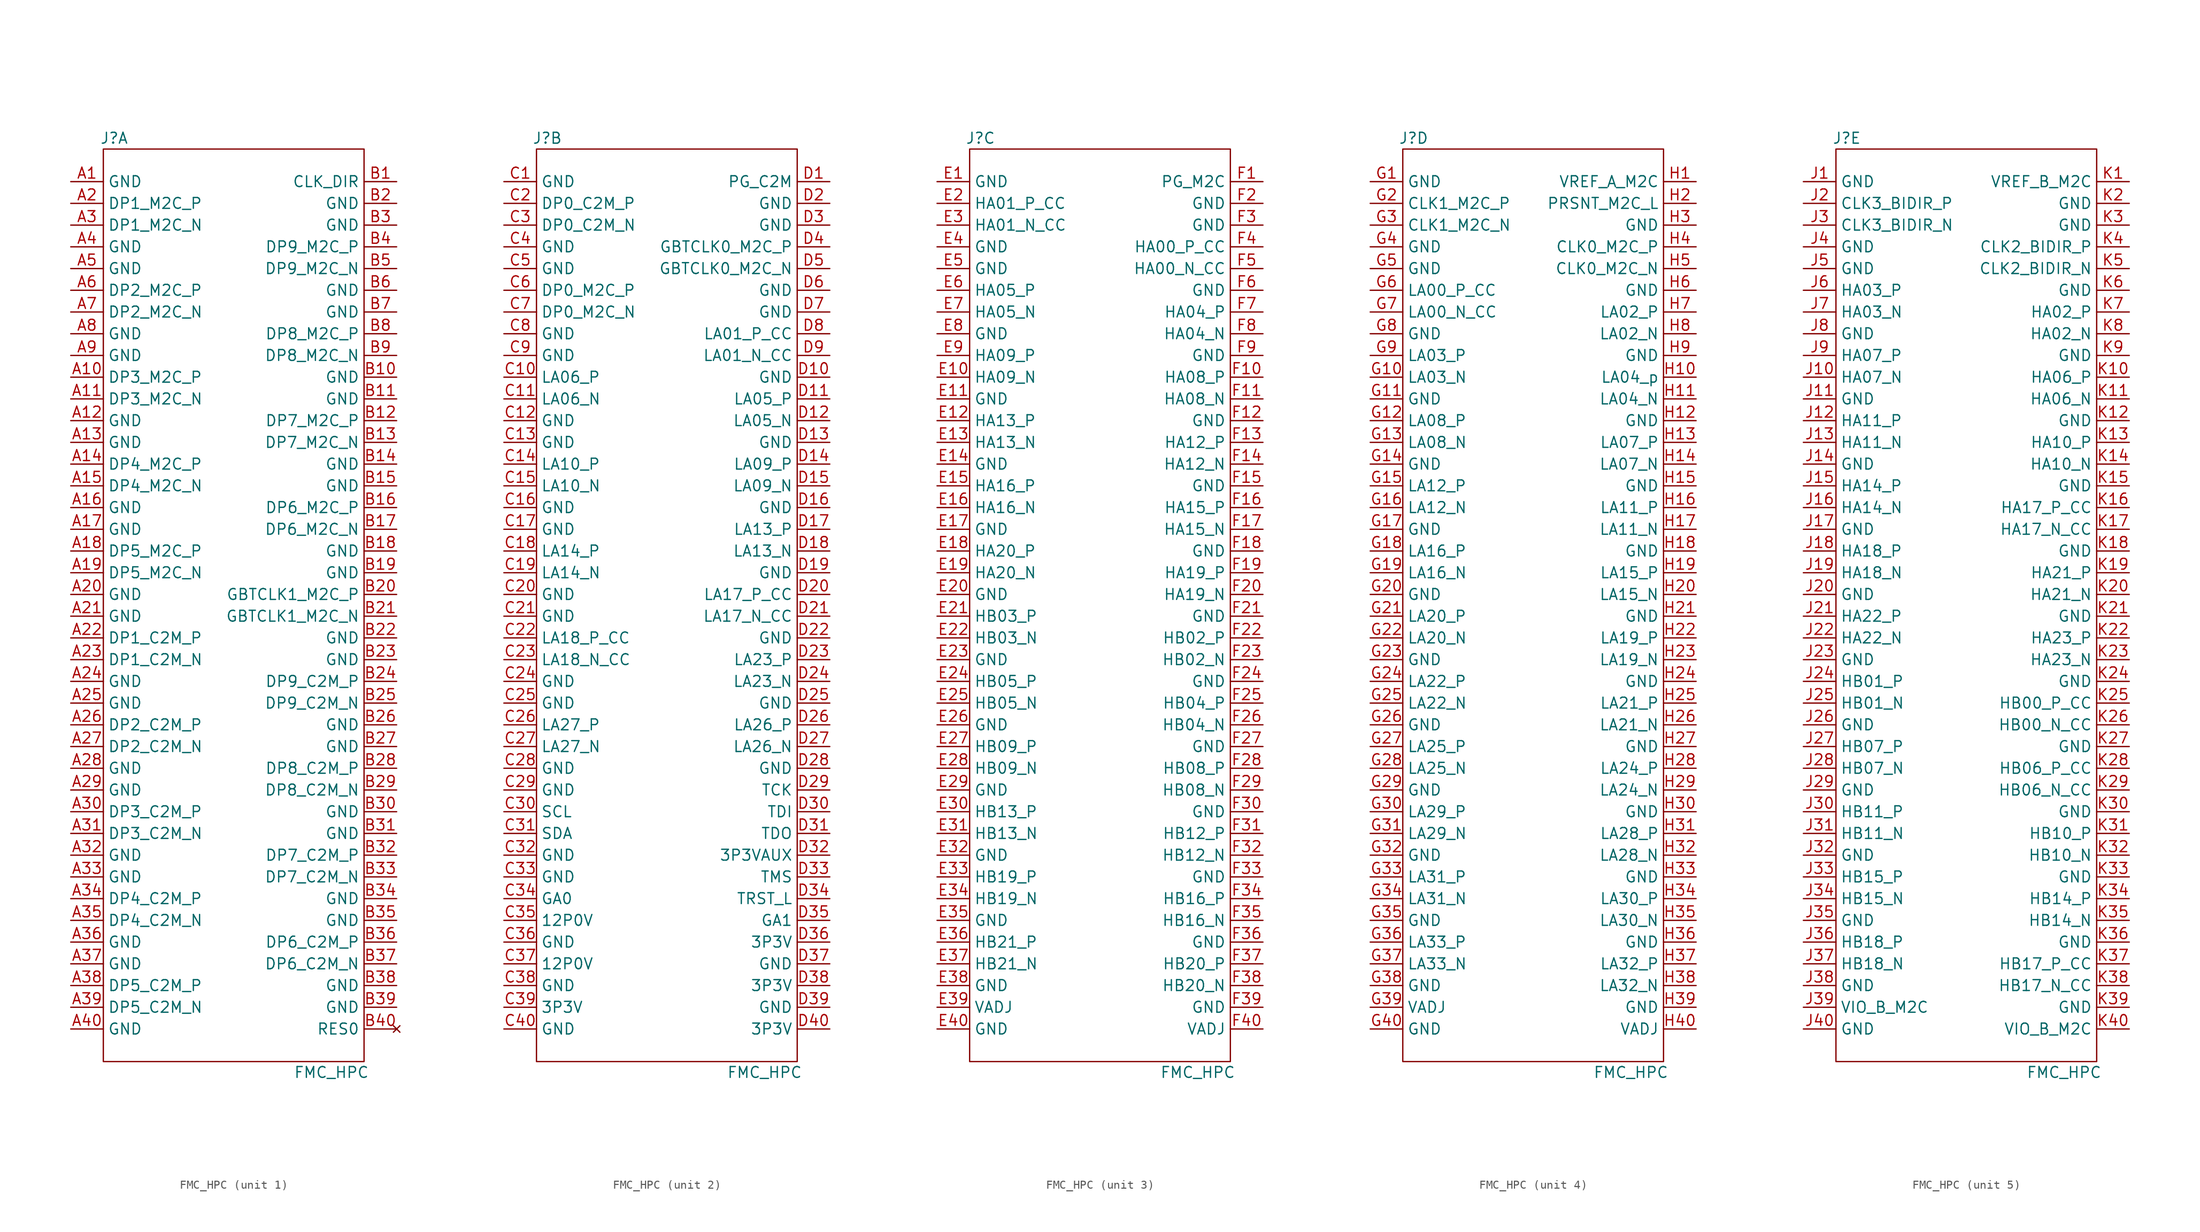
<source format=kicad_sym>
(kicad_symbol_lib
  (version 20211014)
  (generator kicad_symbol_editor)
  (symbol "FMC_HPC"
    (property "Reference" "J"
      (at -13.97 54.61 0)
      (effects (font (size 1.27 1.27))))
    (property "Value" "FMC_HPC"
      (at 11.43 -54.61 0)
      (effects (font (size 1.27 1.27))))
    (property "ki_locked" ""
      (at 0 0 0)
      (effects (font (size 1.27 1.27))))
    (symbol "FMC_HPC_0_1"
      (rectangle (start -15.24 53.34) (end 15.24 -53.34) (stroke (width 0) (type default) (color 0 0 0 0)) (fill (type none))))
    (symbol "FMC_HPC_1_1"
      (pin power_in line (at -19.05 49.53 0) (length 3.81) (name "GND" (effects (font (size 1.27 1.27)))) (number "A1" (effects (font (size 1.27 1.27)))))
      (pin bidirectional line (at -19.05 26.67 0) (length 3.81) (name "DP3_M2C_P" (effects (font (size 1.27 1.27)))) (number "A10" (effects (font (size 1.27 1.27)))))
      (pin bidirectional line (at -19.05 24.13 0) (length 3.81) (name "DP3_M2C_N" (effects (font (size 1.27 1.27)))) (number "A11" (effects (font (size 1.27 1.27)))))
      (pin power_in line (at -19.05 21.59 0) (length 3.81) (name "GND" (effects (font (size 1.27 1.27)))) (number "A12" (effects (font (size 1.27 1.27)))))
      (pin power_in line (at -19.05 19.05 0) (length 3.81) (name "GND" (effects (font (size 1.27 1.27)))) (number "A13" (effects (font (size 1.27 1.27)))))
      (pin bidirectional line (at -19.05 16.51 0) (length 3.81) (name "DP4_M2C_P" (effects (font (size 1.27 1.27)))) (number "A14" (effects (font (size 1.27 1.27)))))
      (pin bidirectional line (at -19.05 13.97 0) (length 3.81) (name "DP4_M2C_N" (effects (font (size 1.27 1.27)))) (number "A15" (effects (font (size 1.27 1.27)))))
      (pin power_in line (at -19.05 11.43 0) (length 3.81) (name "GND" (effects (font (size 1.27 1.27)))) (number "A16" (effects (font (size 1.27 1.27)))))
      (pin power_in line (at -19.05 8.89 0) (length 3.81) (name "GND" (effects (font (size 1.27 1.27)))) (number "A17" (effects (font (size 1.27 1.27)))))
      (pin bidirectional line (at -19.05 6.35 0) (length 3.81) (name "DP5_M2C_P" (effects (font (size 1.27 1.27)))) (number "A18" (effects (font (size 1.27 1.27)))))
      (pin bidirectional line (at -19.05 3.81 0) (length 3.81) (name "DP5_M2C_N" (effects (font (size 1.27 1.27)))) (number "A19" (effects (font (size 1.27 1.27)))))
      (pin input line (at -19.05 46.99 0) (length 3.81) (name "DP1_M2C_P" (effects (font (size 1.27 1.27)))) (number "A2" (effects (font (size 1.27 1.27)))))
      (pin power_in line (at -19.05 1.27 0) (length 3.81) (name "GND" (effects (font (size 1.27 1.27)))) (number "A20" (effects (font (size 1.27 1.27)))))
      (pin power_in line (at -19.05 -1.27 0) (length 3.81) (name "GND" (effects (font (size 1.27 1.27)))) (number "A21" (effects (font (size 1.27 1.27)))))
      (pin bidirectional line (at -19.05 -3.81 0) (length 3.81) (name "DP1_C2M_P" (effects (font (size 1.27 1.27)))) (number "A22" (effects (font (size 1.27 1.27)))))
      (pin bidirectional line (at -19.05 -6.35 0) (length 3.81) (name "DP1_C2M_N" (effects (font (size 1.27 1.27)))) (number "A23" (effects (font (size 1.27 1.27)))))
      (pin power_in line (at -19.05 -8.89 0) (length 3.81) (name "GND" (effects (font (size 1.27 1.27)))) (number "A24" (effects (font (size 1.27 1.27)))))
      (pin power_in line (at -19.05 -11.43 0) (length 3.81) (name "GND" (effects (font (size 1.27 1.27)))) (number "A25" (effects (font (size 1.27 1.27)))))
      (pin bidirectional line (at -19.05 -13.97 0) (length 3.81) (name "DP2_C2M_P" (effects (font (size 1.27 1.27)))) (number "A26" (effects (font (size 1.27 1.27)))))
      (pin bidirectional line (at -19.05 -16.51 0) (length 3.81) (name "DP2_C2M_N" (effects (font (size 1.27 1.27)))) (number "A27" (effects (font (size 1.27 1.27)))))
      (pin power_in line (at -19.05 -19.05 0) (length 3.81) (name "GND" (effects (font (size 1.27 1.27)))) (number "A28" (effects (font (size 1.27 1.27)))))
      (pin power_in line (at -19.05 -21.59 0) (length 3.81) (name "GND" (effects (font (size 1.27 1.27)))) (number "A29" (effects (font (size 1.27 1.27)))))
      (pin input line (at -19.05 44.45 0) (length 3.81) (name "DP1_M2C_N" (effects (font (size 1.27 1.27)))) (number "A3" (effects (font (size 1.27 1.27)))))
      (pin input line (at -19.05 -24.13 0) (length 3.81) (name "DP3_C2M_P" (effects (font (size 1.27 1.27)))) (number "A30" (effects (font (size 1.27 1.27)))))
      (pin input line (at -19.05 -26.67 0) (length 3.81) (name "DP3_C2M_N" (effects (font (size 1.27 1.27)))) (number "A31" (effects (font (size 1.27 1.27)))))
      (pin power_in line (at -19.05 -29.21 0) (length 3.81) (name "GND" (effects (font (size 1.27 1.27)))) (number "A32" (effects (font (size 1.27 1.27)))))
      (pin power_in line (at -19.05 -31.75 0) (length 3.81) (name "GND" (effects (font (size 1.27 1.27)))) (number "A33" (effects (font (size 1.27 1.27)))))
      (pin input line (at -19.05 -34.29 0) (length 3.81) (name "DP4_C2M_P" (effects (font (size 1.27 1.27)))) (number "A34" (effects (font (size 1.27 1.27)))))
      (pin input line (at -19.05 -36.83 0) (length 3.81) (name "DP4_C2M_N" (effects (font (size 1.27 1.27)))) (number "A35" (effects (font (size 1.27 1.27)))))
      (pin power_in line (at -19.05 -39.37 0) (length 3.81) (name "GND" (effects (font (size 1.27 1.27)))) (number "A36" (effects (font (size 1.27 1.27)))))
      (pin power_in line (at -19.05 -41.91 0) (length 3.81) (name "GND" (effects (font (size 1.27 1.27)))) (number "A37" (effects (font (size 1.27 1.27)))))
      (pin input line (at -19.05 -44.45 0) (length 3.81) (name "DP5_C2M_P" (effects (font (size 1.27 1.27)))) (number "A38" (effects (font (size 1.27 1.27)))))
      (pin input line (at -19.05 -46.99 0) (length 3.81) (name "DP5_C2M_N" (effects (font (size 1.27 1.27)))) (number "A39" (effects (font (size 1.27 1.27)))))
      (pin power_in line (at -19.05 41.91 0) (length 3.81) (name "GND" (effects (font (size 1.27 1.27)))) (number "A4" (effects (font (size 1.27 1.27)))))
      (pin power_in line (at -19.05 -49.53 0) (length 3.81) (name "GND" (effects (font (size 1.27 1.27)))) (number "A40" (effects (font (size 1.27 1.27)))))
      (pin power_in line (at -19.05 39.37 0) (length 3.81) (name "GND" (effects (font (size 1.27 1.27)))) (number "A5" (effects (font (size 1.27 1.27)))))
      (pin input line (at -19.05 36.83 0) (length 3.81) (name "DP2_M2C_P" (effects (font (size 1.27 1.27)))) (number "A6" (effects (font (size 1.27 1.27)))))
      (pin input line (at -19.05 34.29 0) (length 3.81) (name "DP2_M2C_N" (effects (font (size 1.27 1.27)))) (number "A7" (effects (font (size 1.27 1.27)))))
      (pin power_in line (at -19.05 31.75 0) (length 3.81) (name "GND" (effects (font (size 1.27 1.27)))) (number "A8" (effects (font (size 1.27 1.27)))))
      (pin power_in line (at -19.05 29.21 0) (length 3.81) (name "GND" (effects (font (size 1.27 1.27)))) (number "A9" (effects (font (size 1.27 1.27)))))
      (pin input line (at 19.05 49.53 180) (length 3.81) (name "CLK_DIR" (effects (font (size 1.27 1.27)))) (number "B1" (effects (font (size 1.27 1.27)))))
      (pin power_in line (at 19.05 26.67 180) (length 3.81) (name "GND" (effects (font (size 1.27 1.27)))) (number "B10" (effects (font (size 1.27 1.27)))))
      (pin power_in line (at 19.05 24.13 180) (length 3.81) (name "GND" (effects (font (size 1.27 1.27)))) (number "B11" (effects (font (size 1.27 1.27)))))
      (pin bidirectional line (at 19.05 21.59 180) (length 3.81) (name "DP7_M2C_P" (effects (font (size 1.27 1.27)))) (number "B12" (effects (font (size 1.27 1.27)))))
      (pin power_in line (at 19.05 19.05 180) (length 3.81) (name "DP7_M2C_N" (effects (font (size 1.27 1.27)))) (number "B13" (effects (font (size 1.27 1.27)))))
      (pin power_in line (at 19.05 16.51 180) (length 3.81) (name "GND" (effects (font (size 1.27 1.27)))) (number "B14" (effects (font (size 1.27 1.27)))))
      (pin power_in line (at 19.05 13.97 180) (length 3.81) (name "GND" (effects (font (size 1.27 1.27)))) (number "B15" (effects (font (size 1.27 1.27)))))
      (pin power_in line (at 19.05 11.43 180) (length 3.81) (name "DP6_M2C_P" (effects (font (size 1.27 1.27)))) (number "B16" (effects (font (size 1.27 1.27)))))
      (pin bidirectional line (at 19.05 8.89 180) (length 3.81) (name "DP6_M2C_N" (effects (font (size 1.27 1.27)))) (number "B17" (effects (font (size 1.27 1.27)))))
      (pin power_in line (at 19.05 6.35 180) (length 3.81) (name "GND" (effects (font (size 1.27 1.27)))) (number "B18" (effects (font (size 1.27 1.27)))))
      (pin power_in line (at 19.05 3.81 180) (length 3.81) (name "GND" (effects (font (size 1.27 1.27)))) (number "B19" (effects (font (size 1.27 1.27)))))
      (pin power_in line (at 19.05 46.99 180) (length 3.81) (name "GND" (effects (font (size 1.27 1.27)))) (number "B2" (effects (font (size 1.27 1.27)))))
      (pin bidirectional line (at 19.05 1.27 180) (length 3.81) (name "GBTCLK1_M2C_P" (effects (font (size 1.27 1.27)))) (number "B20" (effects (font (size 1.27 1.27)))))
      (pin bidirectional line (at 19.05 -1.27 180) (length 3.81) (name "GBTCLK1_M2C_N" (effects (font (size 1.27 1.27)))) (number "B21" (effects (font (size 1.27 1.27)))))
      (pin power_in line (at 19.05 -3.81 180) (length 3.81) (name "GND" (effects (font (size 1.27 1.27)))) (number "B22" (effects (font (size 1.27 1.27)))))
      (pin power_in line (at 19.05 -6.35 180) (length 3.81) (name "GND" (effects (font (size 1.27 1.27)))) (number "B23" (effects (font (size 1.27 1.27)))))
      (pin bidirectional line (at 19.05 -8.89 180) (length 3.81) (name "DP9_C2M_P" (effects (font (size 1.27 1.27)))) (number "B24" (effects (font (size 1.27 1.27)))))
      (pin power_in line (at 19.05 -11.43 180) (length 3.81) (name "DP9_C2M_N" (effects (font (size 1.27 1.27)))) (number "B25" (effects (font (size 1.27 1.27)))))
      (pin power_in line (at 19.05 -13.97 180) (length 3.81) (name "GND" (effects (font (size 1.27 1.27)))) (number "B26" (effects (font (size 1.27 1.27)))))
      (pin power_in line (at 19.05 -16.51 180) (length 3.81) (name "GND" (effects (font (size 1.27 1.27)))) (number "B27" (effects (font (size 1.27 1.27)))))
      (pin power_in line (at 19.05 -19.05 180) (length 3.81) (name "DP8_C2M_P" (effects (font (size 1.27 1.27)))) (number "B28" (effects (font (size 1.27 1.27)))))
      (pin input line (at 19.05 -21.59 180) (length 3.81) (name "DP8_C2M_N" (effects (font (size 1.27 1.27)))) (number "B29" (effects (font (size 1.27 1.27)))))
      (pin power_in line (at 19.05 44.45 180) (length 3.81) (name "GND" (effects (font (size 1.27 1.27)))) (number "B3" (effects (font (size 1.27 1.27)))))
      (pin power_in line (at 19.05 -24.13 180) (length 3.81) (name "GND" (effects (font (size 1.27 1.27)))) (number "B30" (effects (font (size 1.27 1.27)))))
      (pin power_in line (at 19.05 -26.67 180) (length 3.81) (name "GND" (effects (font (size 1.27 1.27)))) (number "B31" (effects (font (size 1.27 1.27)))))
      (pin power_in line (at 19.05 -29.21 180) (length 3.81) (name "DP7_C2M_P" (effects (font (size 1.27 1.27)))) (number "B32" (effects (font (size 1.27 1.27)))))
      (pin input line (at 19.05 -31.75 180) (length 3.81) (name "DP7_C2M_N" (effects (font (size 1.27 1.27)))) (number "B33" (effects (font (size 1.27 1.27)))))
      (pin power_in line (at 19.05 -34.29 180) (length 3.81) (name "GND" (effects (font (size 1.27 1.27)))) (number "B34" (effects (font (size 1.27 1.27)))))
      (pin power_in line (at 19.05 -36.83 180) (length 3.81) (name "GND" (effects (font (size 1.27 1.27)))) (number "B35" (effects (font (size 1.27 1.27)))))
      (pin power_in line (at 19.05 -39.37 180) (length 3.81) (name "DP6_C2M_P" (effects (font (size 1.27 1.27)))) (number "B36" (effects (font (size 1.27 1.27)))))
      (pin power_in line (at 19.05 -41.91 180) (length 3.81) (name "DP6_C2M_N" (effects (font (size 1.27 1.27)))) (number "B37" (effects (font (size 1.27 1.27)))))
      (pin power_in line (at 19.05 -44.45 180) (length 3.81) (name "GND" (effects (font (size 1.27 1.27)))) (number "B38" (effects (font (size 1.27 1.27)))))
      (pin power_in line (at 19.05 -46.99 180) (length 3.81) (name "GND" (effects (font (size 1.27 1.27)))) (number "B39" (effects (font (size 1.27 1.27)))))
      (pin input line (at 19.05 41.91 180) (length 3.81) (name "DP9_M2C_P" (effects (font (size 1.27 1.27)))) (number "B4" (effects (font (size 1.27 1.27)))))
      (pin no_connect line (at 19.05 -49.53 180) (length 3.81) (name "RES0" (effects (font (size 1.27 1.27)))) (number "B40" (effects (font (size 1.27 1.27)))))
      (pin input line (at 19.05 39.37 180) (length 3.81) (name "DP9_M2C_N" (effects (font (size 1.27 1.27)))) (number "B5" (effects (font (size 1.27 1.27)))))
      (pin power_in line (at 19.05 36.83 180) (length 3.81) (name "GND" (effects (font (size 1.27 1.27)))) (number "B6" (effects (font (size 1.27 1.27)))))
      (pin power_in line (at 19.05 34.29 180) (length 3.81) (name "GND" (effects (font (size 1.27 1.27)))) (number "B7" (effects (font (size 1.27 1.27)))))
      (pin bidirectional line (at 19.05 31.75 180) (length 3.81) (name "DP8_M2C_P" (effects (font (size 1.27 1.27)))) (number "B8" (effects (font (size 1.27 1.27)))))
      (pin bidirectional line (at 19.05 29.21 180) (length 3.81) (name "DP8_M2C_N" (effects (font (size 1.27 1.27)))) (number "B9" (effects (font (size 1.27 1.27))))))
    (symbol "FMC_HPC_2_1"
      (pin power_in line (at -19.05 49.53 0) (length 3.81) (name "GND" (effects (font (size 1.27 1.27)))) (number "C1" (effects (font (size 1.27 1.27)))))
      (pin bidirectional line (at -19.05 26.67 0) (length 3.81) (name "LA06_P" (effects (font (size 1.27 1.27)))) (number "C10" (effects (font (size 1.27 1.27)))))
      (pin bidirectional line (at -19.05 24.13 0) (length 3.81) (name "LA06_N" (effects (font (size 1.27 1.27)))) (number "C11" (effects (font (size 1.27 1.27)))))
      (pin power_in line (at -19.05 21.59 0) (length 3.81) (name "GND" (effects (font (size 1.27 1.27)))) (number "C12" (effects (font (size 1.27 1.27)))))
      (pin power_in line (at -19.05 19.05 0) (length 3.81) (name "GND" (effects (font (size 1.27 1.27)))) (number "C13" (effects (font (size 1.27 1.27)))))
      (pin bidirectional line (at -19.05 16.51 0) (length 3.81) (name "LA10_P" (effects (font (size 1.27 1.27)))) (number "C14" (effects (font (size 1.27 1.27)))))
      (pin bidirectional line (at -19.05 13.97 0) (length 3.81) (name "LA10_N" (effects (font (size 1.27 1.27)))) (number "C15" (effects (font (size 1.27 1.27)))))
      (pin power_in line (at -19.05 11.43 0) (length 3.81) (name "GND" (effects (font (size 1.27 1.27)))) (number "C16" (effects (font (size 1.27 1.27)))))
      (pin power_in line (at -19.05 8.89 0) (length 3.81) (name "GND" (effects (font (size 1.27 1.27)))) (number "C17" (effects (font (size 1.27 1.27)))))
      (pin bidirectional line (at -19.05 6.35 0) (length 3.81) (name "LA14_P" (effects (font (size 1.27 1.27)))) (number "C18" (effects (font (size 1.27 1.27)))))
      (pin bidirectional line (at -19.05 3.81 0) (length 3.81) (name "LA14_N" (effects (font (size 1.27 1.27)))) (number "C19" (effects (font (size 1.27 1.27)))))
      (pin input line (at -19.05 46.99 0) (length 3.81) (name "DP0_C2M_P" (effects (font (size 1.27 1.27)))) (number "C2" (effects (font (size 1.27 1.27)))))
      (pin power_in line (at -19.05 1.27 0) (length 3.81) (name "GND" (effects (font (size 1.27 1.27)))) (number "C20" (effects (font (size 1.27 1.27)))))
      (pin power_in line (at -19.05 -1.27 0) (length 3.81) (name "GND" (effects (font (size 1.27 1.27)))) (number "C21" (effects (font (size 1.27 1.27)))))
      (pin bidirectional line (at -19.05 -3.81 0) (length 3.81) (name "LA18_P_CC" (effects (font (size 1.27 1.27)))) (number "C22" (effects (font (size 1.27 1.27)))))
      (pin bidirectional line (at -19.05 -6.35 0) (length 3.81) (name "LA18_N_CC" (effects (font (size 1.27 1.27)))) (number "C23" (effects (font (size 1.27 1.27)))))
      (pin power_in line (at -19.05 -8.89 0) (length 3.81) (name "GND" (effects (font (size 1.27 1.27)))) (number "C24" (effects (font (size 1.27 1.27)))))
      (pin power_in line (at -19.05 -11.43 0) (length 3.81) (name "GND" (effects (font (size 1.27 1.27)))) (number "C25" (effects (font (size 1.27 1.27)))))
      (pin bidirectional line (at -19.05 -13.97 0) (length 3.81) (name "LA27_P" (effects (font (size 1.27 1.27)))) (number "C26" (effects (font (size 1.27 1.27)))))
      (pin bidirectional line (at -19.05 -16.51 0) (length 3.81) (name "LA27_N" (effects (font (size 1.27 1.27)))) (number "C27" (effects (font (size 1.27 1.27)))))
      (pin power_in line (at -19.05 -19.05 0) (length 3.81) (name "GND" (effects (font (size 1.27 1.27)))) (number "C28" (effects (font (size 1.27 1.27)))))
      (pin power_in line (at -19.05 -21.59 0) (length 3.81) (name "GND" (effects (font (size 1.27 1.27)))) (number "C29" (effects (font (size 1.27 1.27)))))
      (pin input line (at -19.05 44.45 0) (length 3.81) (name "DP0_C2M_N" (effects (font (size 1.27 1.27)))) (number "C3" (effects (font (size 1.27 1.27)))))
      (pin input line (at -19.05 -24.13 0) (length 3.81) (name "SCL" (effects (font (size 1.27 1.27)))) (number "C30" (effects (font (size 1.27 1.27)))))
      (pin input line (at -19.05 -26.67 0) (length 3.81) (name "SDA" (effects (font (size 1.27 1.27)))) (number "C31" (effects (font (size 1.27 1.27)))))
      (pin power_in line (at -19.05 -29.21 0) (length 3.81) (name "GND" (effects (font (size 1.27 1.27)))) (number "C32" (effects (font (size 1.27 1.27)))))
      (pin power_in line (at -19.05 -31.75 0) (length 3.81) (name "GND" (effects (font (size 1.27 1.27)))) (number "C33" (effects (font (size 1.27 1.27)))))
      (pin input line (at -19.05 -34.29 0) (length 3.81) (name "GA0" (effects (font (size 1.27 1.27)))) (number "C34" (effects (font (size 1.27 1.27)))))
      (pin power_in line (at -19.05 -36.83 0) (length 3.81) (name "12P0V" (effects (font (size 1.27 1.27)))) (number "C35" (effects (font (size 1.27 1.27)))))
      (pin power_in line (at -19.05 -39.37 0) (length 3.81) (name "GND" (effects (font (size 1.27 1.27)))) (number "C36" (effects (font (size 1.27 1.27)))))
      (pin power_in line (at -19.05 -41.91 0) (length 3.81) (name "12P0V" (effects (font (size 1.27 1.27)))) (number "C37" (effects (font (size 1.27 1.27)))))
      (pin power_in line (at -19.05 -44.45 0) (length 3.81) (name "GND" (effects (font (size 1.27 1.27)))) (number "C38" (effects (font (size 1.27 1.27)))))
      (pin power_in line (at -19.05 -46.99 0) (length 3.81) (name "3P3V" (effects (font (size 1.27 1.27)))) (number "C39" (effects (font (size 1.27 1.27)))))
      (pin power_in line (at -19.05 41.91 0) (length 3.81) (name "GND" (effects (font (size 1.27 1.27)))) (number "C4" (effects (font (size 1.27 1.27)))))
      (pin power_in line (at -19.05 -49.53 0) (length 3.81) (name "GND" (effects (font (size 1.27 1.27)))) (number "C40" (effects (font (size 1.27 1.27)))))
      (pin power_in line (at -19.05 39.37 0) (length 3.81) (name "GND" (effects (font (size 1.27 1.27)))) (number "C5" (effects (font (size 1.27 1.27)))))
      (pin input line (at -19.05 36.83 0) (length 3.81) (name "DP0_M2C_P" (effects (font (size 1.27 1.27)))) (number "C6" (effects (font (size 1.27 1.27)))))
      (pin input line (at -19.05 34.29 0) (length 3.81) (name "DP0_M2C_N" (effects (font (size 1.27 1.27)))) (number "C7" (effects (font (size 1.27 1.27)))))
      (pin power_in line (at -19.05 31.75 0) (length 3.81) (name "GND" (effects (font (size 1.27 1.27)))) (number "C8" (effects (font (size 1.27 1.27)))))
      (pin power_in line (at -19.05 29.21 0) (length 3.81) (name "GND" (effects (font (size 1.27 1.27)))) (number "C9" (effects (font (size 1.27 1.27)))))
      (pin input line (at 19.05 49.53 180) (length 3.81) (name "PG_C2M" (effects (font (size 1.27 1.27)))) (number "D1" (effects (font (size 1.27 1.27)))))
      (pin power_in line (at 19.05 26.67 180) (length 3.81) (name "GND" (effects (font (size 1.27 1.27)))) (number "D10" (effects (font (size 1.27 1.27)))))
      (pin bidirectional line (at 19.05 24.13 180) (length 3.81) (name "LA05_P" (effects (font (size 1.27 1.27)))) (number "D11" (effects (font (size 1.27 1.27)))))
      (pin bidirectional line (at 19.05 21.59 180) (length 3.81) (name "LA05_N" (effects (font (size 1.27 1.27)))) (number "D12" (effects (font (size 1.27 1.27)))))
      (pin power_in line (at 19.05 19.05 180) (length 3.81) (name "GND" (effects (font (size 1.27 1.27)))) (number "D13" (effects (font (size 1.27 1.27)))))
      (pin bidirectional line (at 19.05 16.51 180) (length 3.81) (name "LA09_P" (effects (font (size 1.27 1.27)))) (number "D14" (effects (font (size 1.27 1.27)))))
      (pin bidirectional line (at 19.05 13.97 180) (length 3.81) (name "LA09_N" (effects (font (size 1.27 1.27)))) (number "D15" (effects (font (size 1.27 1.27)))))
      (pin power_in line (at 19.05 11.43 180) (length 3.81) (name "GND" (effects (font (size 1.27 1.27)))) (number "D16" (effects (font (size 1.27 1.27)))))
      (pin bidirectional line (at 19.05 8.89 180) (length 3.81) (name "LA13_P" (effects (font (size 1.27 1.27)))) (number "D17" (effects (font (size 1.27 1.27)))))
      (pin bidirectional line (at 19.05 6.35 180) (length 3.81) (name "LA13_N" (effects (font (size 1.27 1.27)))) (number "D18" (effects (font (size 1.27 1.27)))))
      (pin power_in line (at 19.05 3.81 180) (length 3.81) (name "GND" (effects (font (size 1.27 1.27)))) (number "D19" (effects (font (size 1.27 1.27)))))
      (pin power_in line (at 19.05 46.99 180) (length 3.81) (name "GND" (effects (font (size 1.27 1.27)))) (number "D2" (effects (font (size 1.27 1.27)))))
      (pin bidirectional line (at 19.05 1.27 180) (length 3.81) (name "LA17_P_CC" (effects (font (size 1.27 1.27)))) (number "D20" (effects (font (size 1.27 1.27)))))
      (pin bidirectional line (at 19.05 -1.27 180) (length 3.81) (name "LA17_N_CC" (effects (font (size 1.27 1.27)))) (number "D21" (effects (font (size 1.27 1.27)))))
      (pin power_in line (at 19.05 -3.81 180) (length 3.81) (name "GND" (effects (font (size 1.27 1.27)))) (number "D22" (effects (font (size 1.27 1.27)))))
      (pin bidirectional line (at 19.05 -6.35 180) (length 3.81) (name "LA23_P" (effects (font (size 1.27 1.27)))) (number "D23" (effects (font (size 1.27 1.27)))))
      (pin bidirectional line (at 19.05 -8.89 180) (length 3.81) (name "LA23_N" (effects (font (size 1.27 1.27)))) (number "D24" (effects (font (size 1.27 1.27)))))
      (pin power_in line (at 19.05 -11.43 180) (length 3.81) (name "GND" (effects (font (size 1.27 1.27)))) (number "D25" (effects (font (size 1.27 1.27)))))
      (pin bidirectional line (at 19.05 -13.97 180) (length 3.81) (name "LA26_P" (effects (font (size 1.27 1.27)))) (number "D26" (effects (font (size 1.27 1.27)))))
      (pin bidirectional line (at 19.05 -16.51 180) (length 3.81) (name "LA26_N" (effects (font (size 1.27 1.27)))) (number "D27" (effects (font (size 1.27 1.27)))))
      (pin power_in line (at 19.05 -19.05 180) (length 3.81) (name "GND" (effects (font (size 1.27 1.27)))) (number "D28" (effects (font (size 1.27 1.27)))))
      (pin input line (at 19.05 -21.59 180) (length 3.81) (name "TCK" (effects (font (size 1.27 1.27)))) (number "D29" (effects (font (size 1.27 1.27)))))
      (pin power_in line (at 19.05 44.45 180) (length 3.81) (name "GND" (effects (font (size 1.27 1.27)))) (number "D3" (effects (font (size 1.27 1.27)))))
      (pin input line (at 19.05 -24.13 180) (length 3.81) (name "TDI" (effects (font (size 1.27 1.27)))) (number "D30" (effects (font (size 1.27 1.27)))))
      (pin input line (at 19.05 -26.67 180) (length 3.81) (name "TDO" (effects (font (size 1.27 1.27)))) (number "D31" (effects (font (size 1.27 1.27)))))
      (pin power_in line (at 19.05 -29.21 180) (length 3.81) (name "3P3VAUX" (effects (font (size 1.27 1.27)))) (number "D32" (effects (font (size 1.27 1.27)))))
      (pin input line (at 19.05 -31.75 180) (length 3.81) (name "TMS" (effects (font (size 1.27 1.27)))) (number "D33" (effects (font (size 1.27 1.27)))))
      (pin input line (at 19.05 -34.29 180) (length 3.81) (name "TRST_L" (effects (font (size 1.27 1.27)))) (number "D34" (effects (font (size 1.27 1.27)))))
      (pin input line (at 19.05 -36.83 180) (length 3.81) (name "GA1" (effects (font (size 1.27 1.27)))) (number "D35" (effects (font (size 1.27 1.27)))))
      (pin power_in line (at 19.05 -39.37 180) (length 3.81) (name "3P3V" (effects (font (size 1.27 1.27)))) (number "D36" (effects (font (size 1.27 1.27)))))
      (pin power_in line (at 19.05 -41.91 180) (length 3.81) (name "GND" (effects (font (size 1.27 1.27)))) (number "D37" (effects (font (size 1.27 1.27)))))
      (pin power_in line (at 19.05 -44.45 180) (length 3.81) (name "3P3V" (effects (font (size 1.27 1.27)))) (number "D38" (effects (font (size 1.27 1.27)))))
      (pin power_in line (at 19.05 -46.99 180) (length 3.81) (name "GND" (effects (font (size 1.27 1.27)))) (number "D39" (effects (font (size 1.27 1.27)))))
      (pin input line (at 19.05 41.91 180) (length 3.81) (name "GBTCLK0_M2C_P" (effects (font (size 1.27 1.27)))) (number "D4" (effects (font (size 1.27 1.27)))))
      (pin power_in line (at 19.05 -49.53 180) (length 3.81) (name "3P3V" (effects (font (size 1.27 1.27)))) (number "D40" (effects (font (size 1.27 1.27)))))
      (pin input line (at 19.05 39.37 180) (length 3.81) (name "GBTCLK0_M2C_N" (effects (font (size 1.27 1.27)))) (number "D5" (effects (font (size 1.27 1.27)))))
      (pin power_in line (at 19.05 36.83 180) (length 3.81) (name "GND" (effects (font (size 1.27 1.27)))) (number "D6" (effects (font (size 1.27 1.27)))))
      (pin power_in line (at 19.05 34.29 180) (length 3.81) (name "GND" (effects (font (size 1.27 1.27)))) (number "D7" (effects (font (size 1.27 1.27)))))
      (pin bidirectional line (at 19.05 31.75 180) (length 3.81) (name "LA01_P_CC" (effects (font (size 1.27 1.27)))) (number "D8" (effects (font (size 1.27 1.27)))))
      (pin bidirectional line (at 19.05 29.21 180) (length 3.81) (name "LA01_N_CC" (effects (font (size 1.27 1.27)))) (number "D9" (effects (font (size 1.27 1.27))))))
    (symbol "FMC_HPC_3_1"
      (pin power_in line (at -19.05 49.53 0) (length 3.81) (name "GND" (effects (font (size 1.27 1.27)))) (number "E1" (effects (font (size 1.27 1.27)))))
      (pin bidirectional line (at -19.05 26.67 0) (length 3.81) (name "HA09_N" (effects (font (size 1.27 1.27)))) (number "E10" (effects (font (size 1.27 1.27)))))
      (pin power_in line (at -19.05 24.13 0) (length 3.81) (name "GND" (effects (font (size 1.27 1.27)))) (number "E11" (effects (font (size 1.27 1.27)))))
      (pin bidirectional line (at -19.05 21.59 0) (length 3.81) (name "HA13_P" (effects (font (size 1.27 1.27)))) (number "E12" (effects (font (size 1.27 1.27)))))
      (pin bidirectional line (at -19.05 19.05 0) (length 3.81) (name "HA13_N" (effects (font (size 1.27 1.27)))) (number "E13" (effects (font (size 1.27 1.27)))))
      (pin power_in line (at -19.05 16.51 0) (length 3.81) (name "GND" (effects (font (size 1.27 1.27)))) (number "E14" (effects (font (size 1.27 1.27)))))
      (pin bidirectional line (at -19.05 13.97 0) (length 3.81) (name "HA16_P" (effects (font (size 1.27 1.27)))) (number "E15" (effects (font (size 1.27 1.27)))))
      (pin bidirectional line (at -19.05 11.43 0) (length 3.81) (name "HA16_N" (effects (font (size 1.27 1.27)))) (number "E16" (effects (font (size 1.27 1.27)))))
      (pin power_in line (at -19.05 8.89 0) (length 3.81) (name "GND" (effects (font (size 1.27 1.27)))) (number "E17" (effects (font (size 1.27 1.27)))))
      (pin bidirectional line (at -19.05 6.35 0) (length 3.81) (name "HA20_P" (effects (font (size 1.27 1.27)))) (number "E18" (effects (font (size 1.27 1.27)))))
      (pin bidirectional line (at -19.05 3.81 0) (length 3.81) (name "HA20_N" (effects (font (size 1.27 1.27)))) (number "E19" (effects (font (size 1.27 1.27)))))
      (pin bidirectional line (at -19.05 46.99 0) (length 3.81) (name "HA01_P_CC" (effects (font (size 1.27 1.27)))) (number "E2" (effects (font (size 1.27 1.27)))))
      (pin power_in line (at -19.05 1.27 0) (length 3.81) (name "GND" (effects (font (size 1.27 1.27)))) (number "E20" (effects (font (size 1.27 1.27)))))
      (pin bidirectional line (at -19.05 -1.27 0) (length 3.81) (name "HB03_P" (effects (font (size 1.27 1.27)))) (number "E21" (effects (font (size 1.27 1.27)))))
      (pin bidirectional line (at -19.05 -3.81 0) (length 3.81) (name "HB03_N" (effects (font (size 1.27 1.27)))) (number "E22" (effects (font (size 1.27 1.27)))))
      (pin power_in line (at -19.05 -6.35 0) (length 3.81) (name "GND" (effects (font (size 1.27 1.27)))) (number "E23" (effects (font (size 1.27 1.27)))))
      (pin bidirectional line (at -19.05 -8.89 0) (length 3.81) (name "HB05_P" (effects (font (size 1.27 1.27)))) (number "E24" (effects (font (size 1.27 1.27)))))
      (pin bidirectional line (at -19.05 -11.43 0) (length 3.81) (name "HB05_N" (effects (font (size 1.27 1.27)))) (number "E25" (effects (font (size 1.27 1.27)))))
      (pin power_in line (at -19.05 -13.97 0) (length 3.81) (name "GND" (effects (font (size 1.27 1.27)))) (number "E26" (effects (font (size 1.27 1.27)))))
      (pin bidirectional line (at -19.05 -16.51 0) (length 3.81) (name "HB09_P" (effects (font (size 1.27 1.27)))) (number "E27" (effects (font (size 1.27 1.27)))))
      (pin bidirectional line (at -19.05 -19.05 0) (length 3.81) (name "HB09_N" (effects (font (size 1.27 1.27)))) (number "E28" (effects (font (size 1.27 1.27)))))
      (pin power_in line (at -19.05 -21.59 0) (length 3.81) (name "GND" (effects (font (size 1.27 1.27)))) (number "E29" (effects (font (size 1.27 1.27)))))
      (pin bidirectional line (at -19.05 44.45 0) (length 3.81) (name "HA01_N_CC" (effects (font (size 1.27 1.27)))) (number "E3" (effects (font (size 1.27 1.27)))))
      (pin bidirectional line (at -19.05 -24.13 0) (length 3.81) (name "HB13_P" (effects (font (size 1.27 1.27)))) (number "E30" (effects (font (size 1.27 1.27)))))
      (pin bidirectional line (at -19.05 -26.67 0) (length 3.81) (name "HB13_N" (effects (font (size 1.27 1.27)))) (number "E31" (effects (font (size 1.27 1.27)))))
      (pin power_in line (at -19.05 -29.21 0) (length 3.81) (name "GND" (effects (font (size 1.27 1.27)))) (number "E32" (effects (font (size 1.27 1.27)))))
      (pin bidirectional line (at -19.05 -31.75 0) (length 3.81) (name "HB19_P" (effects (font (size 1.27 1.27)))) (number "E33" (effects (font (size 1.27 1.27)))))
      (pin bidirectional line (at -19.05 -34.29 0) (length 3.81) (name "HB19_N" (effects (font (size 1.27 1.27)))) (number "E34" (effects (font (size 1.27 1.27)))))
      (pin power_in line (at -19.05 -36.83 0) (length 3.81) (name "GND" (effects (font (size 1.27 1.27)))) (number "E35" (effects (font (size 1.27 1.27)))))
      (pin bidirectional line (at -19.05 -39.37 0) (length 3.81) (name "HB21_P" (effects (font (size 1.27 1.27)))) (number "E36" (effects (font (size 1.27 1.27)))))
      (pin bidirectional line (at -19.05 -41.91 0) (length 3.81) (name "HB21_N" (effects (font (size 1.27 1.27)))) (number "E37" (effects (font (size 1.27 1.27)))))
      (pin power_in line (at -19.05 -44.45 0) (length 3.81) (name "GND" (effects (font (size 1.27 1.27)))) (number "E38" (effects (font (size 1.27 1.27)))))
      (pin power_in line (at -19.05 -46.99 0) (length 3.81) (name "VADJ" (effects (font (size 1.27 1.27)))) (number "E39" (effects (font (size 1.27 1.27)))))
      (pin power_in line (at -19.05 41.91 0) (length 3.81) (name "GND" (effects (font (size 1.27 1.27)))) (number "E4" (effects (font (size 1.27 1.27)))))
      (pin power_in line (at -19.05 -49.53 0) (length 3.81) (name "GND" (effects (font (size 1.27 1.27)))) (number "E40" (effects (font (size 1.27 1.27)))))
      (pin power_in line (at -19.05 39.37 0) (length 3.81) (name "GND" (effects (font (size 1.27 1.27)))) (number "E5" (effects (font (size 1.27 1.27)))))
      (pin bidirectional line (at -19.05 36.83 0) (length 3.81) (name "HA05_P" (effects (font (size 1.27 1.27)))) (number "E6" (effects (font (size 1.27 1.27)))))
      (pin bidirectional line (at -19.05 34.29 0) (length 3.81) (name "HA05_N" (effects (font (size 1.27 1.27)))) (number "E7" (effects (font (size 1.27 1.27)))))
      (pin power_in line (at -19.05 31.75 0) (length 3.81) (name "GND" (effects (font (size 1.27 1.27)))) (number "E8" (effects (font (size 1.27 1.27)))))
      (pin bidirectional line (at -19.05 29.21 0) (length 3.81) (name "HA09_P" (effects (font (size 1.27 1.27)))) (number "E9" (effects (font (size 1.27 1.27)))))
      (pin input line (at 19.05 49.53 180) (length 3.81) (name "PG_M2C" (effects (font (size 1.27 1.27)))) (number "F1" (effects (font (size 1.27 1.27)))))
      (pin bidirectional line (at 19.05 26.67 180) (length 3.81) (name "HA08_P" (effects (font (size 1.27 1.27)))) (number "F10" (effects (font (size 1.27 1.27)))))
      (pin bidirectional line (at 19.05 24.13 180) (length 3.81) (name "HA08_N" (effects (font (size 1.27 1.27)))) (number "F11" (effects (font (size 1.27 1.27)))))
      (pin power_in line (at 19.05 21.59 180) (length 3.81) (name "GND" (effects (font (size 1.27 1.27)))) (number "F12" (effects (font (size 1.27 1.27)))))
      (pin bidirectional line (at 19.05 19.05 180) (length 3.81) (name "HA12_P" (effects (font (size 1.27 1.27)))) (number "F13" (effects (font (size 1.27 1.27)))))
      (pin bidirectional line (at 19.05 16.51 180) (length 3.81) (name "HA12_N" (effects (font (size 1.27 1.27)))) (number "F14" (effects (font (size 1.27 1.27)))))
      (pin power_in line (at 19.05 13.97 180) (length 3.81) (name "GND" (effects (font (size 1.27 1.27)))) (number "F15" (effects (font (size 1.27 1.27)))))
      (pin bidirectional line (at 19.05 11.43 180) (length 3.81) (name "HA15_P" (effects (font (size 1.27 1.27)))) (number "F16" (effects (font (size 1.27 1.27)))))
      (pin bidirectional line (at 19.05 8.89 180) (length 3.81) (name "HA15_N" (effects (font (size 1.27 1.27)))) (number "F17" (effects (font (size 1.27 1.27)))))
      (pin power_in line (at 19.05 6.35 180) (length 3.81) (name "GND" (effects (font (size 1.27 1.27)))) (number "F18" (effects (font (size 1.27 1.27)))))
      (pin bidirectional line (at 19.05 3.81 180) (length 3.81) (name "HA19_P" (effects (font (size 1.27 1.27)))) (number "F19" (effects (font (size 1.27 1.27)))))
      (pin power_in line (at 19.05 46.99 180) (length 3.81) (name "GND" (effects (font (size 1.27 1.27)))) (number "F2" (effects (font (size 1.27 1.27)))))
      (pin bidirectional line (at 19.05 1.27 180) (length 3.81) (name "HA19_N" (effects (font (size 1.27 1.27)))) (number "F20" (effects (font (size 1.27 1.27)))))
      (pin power_in line (at 19.05 -1.27 180) (length 3.81) (name "GND" (effects (font (size 1.27 1.27)))) (number "F21" (effects (font (size 1.27 1.27)))))
      (pin bidirectional line (at 19.05 -3.81 180) (length 3.81) (name "HB02_P" (effects (font (size 1.27 1.27)))) (number "F22" (effects (font (size 1.27 1.27)))))
      (pin bidirectional line (at 19.05 -6.35 180) (length 3.81) (name "HB02_N" (effects (font (size 1.27 1.27)))) (number "F23" (effects (font (size 1.27 1.27)))))
      (pin power_in line (at 19.05 -8.89 180) (length 3.81) (name "GND" (effects (font (size 1.27 1.27)))) (number "F24" (effects (font (size 1.27 1.27)))))
      (pin bidirectional line (at 19.05 -11.43 180) (length 3.81) (name "HB04_P" (effects (font (size 1.27 1.27)))) (number "F25" (effects (font (size 1.27 1.27)))))
      (pin bidirectional line (at 19.05 -13.97 180) (length 3.81) (name "HB04_N" (effects (font (size 1.27 1.27)))) (number "F26" (effects (font (size 1.27 1.27)))))
      (pin power_in line (at 19.05 -16.51 180) (length 3.81) (name "GND" (effects (font (size 1.27 1.27)))) (number "F27" (effects (font (size 1.27 1.27)))))
      (pin bidirectional line (at 19.05 -19.05 180) (length 3.81) (name "HB08_P" (effects (font (size 1.27 1.27)))) (number "F28" (effects (font (size 1.27 1.27)))))
      (pin bidirectional line (at 19.05 -21.59 180) (length 3.81) (name "HB08_N" (effects (font (size 1.27 1.27)))) (number "F29" (effects (font (size 1.27 1.27)))))
      (pin power_in line (at 19.05 44.45 180) (length 3.81) (name "GND" (effects (font (size 1.27 1.27)))) (number "F3" (effects (font (size 1.27 1.27)))))
      (pin power_in line (at 19.05 -24.13 180) (length 3.81) (name "GND" (effects (font (size 1.27 1.27)))) (number "F30" (effects (font (size 1.27 1.27)))))
      (pin bidirectional line (at 19.05 -26.67 180) (length 3.81) (name "HB12_P" (effects (font (size 1.27 1.27)))) (number "F31" (effects (font (size 1.27 1.27)))))
      (pin bidirectional line (at 19.05 -29.21 180) (length 3.81) (name "HB12_N" (effects (font (size 1.27 1.27)))) (number "F32" (effects (font (size 1.27 1.27)))))
      (pin power_in line (at 19.05 -31.75 180) (length 3.81) (name "GND" (effects (font (size 1.27 1.27)))) (number "F33" (effects (font (size 1.27 1.27)))))
      (pin bidirectional line (at 19.05 -34.29 180) (length 3.81) (name "HB16_P" (effects (font (size 1.27 1.27)))) (number "F34" (effects (font (size 1.27 1.27)))))
      (pin bidirectional line (at 19.05 -36.83 180) (length 3.81) (name "HB16_N" (effects (font (size 1.27 1.27)))) (number "F35" (effects (font (size 1.27 1.27)))))
      (pin power_in line (at 19.05 -39.37 180) (length 3.81) (name "GND" (effects (font (size 1.27 1.27)))) (number "F36" (effects (font (size 1.27 1.27)))))
      (pin bidirectional line (at 19.05 -41.91 180) (length 3.81) (name "HB20_P" (effects (font (size 1.27 1.27)))) (number "F37" (effects (font (size 1.27 1.27)))))
      (pin bidirectional line (at 19.05 -44.45 180) (length 3.81) (name "HB20_N" (effects (font (size 1.27 1.27)))) (number "F38" (effects (font (size 1.27 1.27)))))
      (pin power_in line (at 19.05 -46.99 180) (length 3.81) (name "GND" (effects (font (size 1.27 1.27)))) (number "F39" (effects (font (size 1.27 1.27)))))
      (pin bidirectional line (at 19.05 41.91 180) (length 3.81) (name "HA00_P_CC" (effects (font (size 1.27 1.27)))) (number "F4" (effects (font (size 1.27 1.27)))))
      (pin power_in line (at 19.05 -49.53 180) (length 3.81) (name "VADJ" (effects (font (size 1.27 1.27)))) (number "F40" (effects (font (size 1.27 1.27)))))
      (pin bidirectional line (at 19.05 39.37 180) (length 3.81) (name "HA00_N_CC" (effects (font (size 1.27 1.27)))) (number "F5" (effects (font (size 1.27 1.27)))))
      (pin power_in line (at 19.05 36.83 180) (length 3.81) (name "GND" (effects (font (size 1.27 1.27)))) (number "F6" (effects (font (size 1.27 1.27)))))
      (pin bidirectional line (at 19.05 34.29 180) (length 3.81) (name "HA04_P" (effects (font (size 1.27 1.27)))) (number "F7" (effects (font (size 1.27 1.27)))))
      (pin bidirectional line (at 19.05 31.75 180) (length 3.81) (name "HA04_N" (effects (font (size 1.27 1.27)))) (number "F8" (effects (font (size 1.27 1.27)))))
      (pin power_in line (at 19.05 29.21 180) (length 3.81) (name "GND" (effects (font (size 1.27 1.27)))) (number "F9" (effects (font (size 1.27 1.27))))))
    (symbol "FMC_HPC_4_1"
      (pin power_in line (at -19.05 49.53 0) (length 3.81) (name "GND" (effects (font (size 1.27 1.27)))) (number "G1" (effects (font (size 1.27 1.27)))))
      (pin bidirectional line (at -19.05 26.67 0) (length 3.81) (name "LA03_N" (effects (font (size 1.27 1.27)))) (number "G10" (effects (font (size 1.27 1.27)))))
      (pin power_in line (at -19.05 24.13 0) (length 3.81) (name "GND" (effects (font (size 1.27 1.27)))) (number "G11" (effects (font (size 1.27 1.27)))))
      (pin bidirectional line (at -19.05 21.59 0) (length 3.81) (name "LA08_P" (effects (font (size 1.27 1.27)))) (number "G12" (effects (font (size 1.27 1.27)))))
      (pin bidirectional line (at -19.05 19.05 0) (length 3.81) (name "LA08_N" (effects (font (size 1.27 1.27)))) (number "G13" (effects (font (size 1.27 1.27)))))
      (pin power_in line (at -19.05 16.51 0) (length 3.81) (name "GND" (effects (font (size 1.27 1.27)))) (number "G14" (effects (font (size 1.27 1.27)))))
      (pin bidirectional line (at -19.05 13.97 0) (length 3.81) (name "LA12_P" (effects (font (size 1.27 1.27)))) (number "G15" (effects (font (size 1.27 1.27)))))
      (pin bidirectional line (at -19.05 11.43 0) (length 3.81) (name "LA12_N" (effects (font (size 1.27 1.27)))) (number "G16" (effects (font (size 1.27 1.27)))))
      (pin power_in line (at -19.05 8.89 0) (length 3.81) (name "GND" (effects (font (size 1.27 1.27)))) (number "G17" (effects (font (size 1.27 1.27)))))
      (pin bidirectional line (at -19.05 6.35 0) (length 3.81) (name "LA16_P" (effects (font (size 1.27 1.27)))) (number "G18" (effects (font (size 1.27 1.27)))))
      (pin bidirectional line (at -19.05 3.81 0) (length 3.81) (name "LA16_N" (effects (font (size 1.27 1.27)))) (number "G19" (effects (font (size 1.27 1.27)))))
      (pin output line (at -19.05 46.99 0) (length 3.81) (name "CLK1_M2C_P" (effects (font (size 1.27 1.27)))) (number "G2" (effects (font (size 1.27 1.27)))))
      (pin power_in line (at -19.05 1.27 0) (length 3.81) (name "GND" (effects (font (size 1.27 1.27)))) (number "G20" (effects (font (size 1.27 1.27)))))
      (pin bidirectional line (at -19.05 -1.27 0) (length 3.81) (name "LA20_P" (effects (font (size 1.27 1.27)))) (number "G21" (effects (font (size 1.27 1.27)))))
      (pin bidirectional line (at -19.05 -3.81 0) (length 3.81) (name "LA20_N" (effects (font (size 1.27 1.27)))) (number "G22" (effects (font (size 1.27 1.27)))))
      (pin power_in line (at -19.05 -6.35 0) (length 3.81) (name "GND" (effects (font (size 1.27 1.27)))) (number "G23" (effects (font (size 1.27 1.27)))))
      (pin bidirectional line (at -19.05 -8.89 0) (length 3.81) (name "LA22_P" (effects (font (size 1.27 1.27)))) (number "G24" (effects (font (size 1.27 1.27)))))
      (pin bidirectional line (at -19.05 -11.43 0) (length 3.81) (name "LA22_N" (effects (font (size 1.27 1.27)))) (number "G25" (effects (font (size 1.27 1.27)))))
      (pin power_in line (at -19.05 -13.97 0) (length 3.81) (name "GND" (effects (font (size 1.27 1.27)))) (number "G26" (effects (font (size 1.27 1.27)))))
      (pin bidirectional line (at -19.05 -16.51 0) (length 3.81) (name "LA25_P" (effects (font (size 1.27 1.27)))) (number "G27" (effects (font (size 1.27 1.27)))))
      (pin bidirectional line (at -19.05 -19.05 0) (length 3.81) (name "LA25_N" (effects (font (size 1.27 1.27)))) (number "G28" (effects (font (size 1.27 1.27)))))
      (pin power_in line (at -19.05 -21.59 0) (length 3.81) (name "GND" (effects (font (size 1.27 1.27)))) (number "G29" (effects (font (size 1.27 1.27)))))
      (pin output line (at -19.05 44.45 0) (length 3.81) (name "CLK1_M2C_N" (effects (font (size 1.27 1.27)))) (number "G3" (effects (font (size 1.27 1.27)))))
      (pin bidirectional line (at -19.05 -24.13 0) (length 3.81) (name "LA29_P" (effects (font (size 1.27 1.27)))) (number "G30" (effects (font (size 1.27 1.27)))))
      (pin bidirectional line (at -19.05 -26.67 0) (length 3.81) (name "LA29_N" (effects (font (size 1.27 1.27)))) (number "G31" (effects (font (size 1.27 1.27)))))
      (pin power_in line (at -19.05 -29.21 0) (length 3.81) (name "GND" (effects (font (size 1.27 1.27)))) (number "G32" (effects (font (size 1.27 1.27)))))
      (pin bidirectional line (at -19.05 -31.75 0) (length 3.81) (name "LA31_P" (effects (font (size 1.27 1.27)))) (number "G33" (effects (font (size 1.27 1.27)))))
      (pin bidirectional line (at -19.05 -34.29 0) (length 3.81) (name "LA31_N" (effects (font (size 1.27 1.27)))) (number "G34" (effects (font (size 1.27 1.27)))))
      (pin power_in line (at -19.05 -36.83 0) (length 3.81) (name "GND" (effects (font (size 1.27 1.27)))) (number "G35" (effects (font (size 1.27 1.27)))))
      (pin bidirectional line (at -19.05 -39.37 0) (length 3.81) (name "LA33_P" (effects (font (size 1.27 1.27)))) (number "G36" (effects (font (size 1.27 1.27)))))
      (pin bidirectional line (at -19.05 -41.91 0) (length 3.81) (name "LA33_N" (effects (font (size 1.27 1.27)))) (number "G37" (effects (font (size 1.27 1.27)))))
      (pin power_in line (at -19.05 -44.45 0) (length 3.81) (name "GND" (effects (font (size 1.27 1.27)))) (number "G38" (effects (font (size 1.27 1.27)))))
      (pin power_in line (at -19.05 -46.99 0) (length 3.81) (name "VADJ" (effects (font (size 1.27 1.27)))) (number "G39" (effects (font (size 1.27 1.27)))))
      (pin power_in line (at -19.05 41.91 0) (length 3.81) (name "GND" (effects (font (size 1.27 1.27)))) (number "G4" (effects (font (size 1.27 1.27)))))
      (pin power_in line (at -19.05 -49.53 0) (length 3.81) (name "GND" (effects (font (size 1.27 1.27)))) (number "G40" (effects (font (size 1.27 1.27)))))
      (pin power_in line (at -19.05 39.37 0) (length 3.81) (name "GND" (effects (font (size 1.27 1.27)))) (number "G5" (effects (font (size 1.27 1.27)))))
      (pin bidirectional line (at -19.05 36.83 0) (length 3.81) (name "LA00_P_CC" (effects (font (size 1.27 1.27)))) (number "G6" (effects (font (size 1.27 1.27)))))
      (pin bidirectional line (at -19.05 34.29 0) (length 3.81) (name "LA00_N_CC" (effects (font (size 1.27 1.27)))) (number "G7" (effects (font (size 1.27 1.27)))))
      (pin power_in line (at -19.05 31.75 0) (length 3.81) (name "GND" (effects (font (size 1.27 1.27)))) (number "G8" (effects (font (size 1.27 1.27)))))
      (pin bidirectional line (at -19.05 29.21 0) (length 3.81) (name "LA03_P" (effects (font (size 1.27 1.27)))) (number "G9" (effects (font (size 1.27 1.27)))))
      (pin power_in line (at 19.05 49.53 180) (length 3.81) (name "VREF_A_M2C" (effects (font (size 1.27 1.27)))) (number "H1" (effects (font (size 1.27 1.27)))))
      (pin bidirectional line (at 19.05 26.67 180) (length 3.81) (name "LA04_p" (effects (font (size 1.27 1.27)))) (number "H10" (effects (font (size 1.27 1.27)))))
      (pin bidirectional line (at 19.05 24.13 180) (length 3.81) (name "LA04_N" (effects (font (size 1.27 1.27)))) (number "H11" (effects (font (size 1.27 1.27)))))
      (pin power_in line (at 19.05 21.59 180) (length 3.81) (name "GND" (effects (font (size 1.27 1.27)))) (number "H12" (effects (font (size 1.27 1.27)))))
      (pin bidirectional line (at 19.05 19.05 180) (length 3.81) (name "LA07_P" (effects (font (size 1.27 1.27)))) (number "H13" (effects (font (size 1.27 1.27)))))
      (pin bidirectional line (at 19.05 16.51 180) (length 3.81) (name "LA07_N" (effects (font (size 1.27 1.27)))) (number "H14" (effects (font (size 1.27 1.27)))))
      (pin power_in line (at 19.05 13.97 180) (length 3.81) (name "GND" (effects (font (size 1.27 1.27)))) (number "H15" (effects (font (size 1.27 1.27)))))
      (pin bidirectional line (at 19.05 11.43 180) (length 3.81) (name "LA11_P" (effects (font (size 1.27 1.27)))) (number "H16" (effects (font (size 1.27 1.27)))))
      (pin bidirectional line (at 19.05 8.89 180) (length 3.81) (name "LA11_N" (effects (font (size 1.27 1.27)))) (number "H17" (effects (font (size 1.27 1.27)))))
      (pin power_in line (at 19.05 6.35 180) (length 3.81) (name "GND" (effects (font (size 1.27 1.27)))) (number "H18" (effects (font (size 1.27 1.27)))))
      (pin bidirectional line (at 19.05 3.81 180) (length 3.81) (name "LA15_P" (effects (font (size 1.27 1.27)))) (number "H19" (effects (font (size 1.27 1.27)))))
      (pin input line (at 19.05 46.99 180) (length 3.81) (name "PRSNT_M2C_L" (effects (font (size 1.27 1.27)))) (number "H2" (effects (font (size 1.27 1.27)))))
      (pin bidirectional line (at 19.05 1.27 180) (length 3.81) (name "LA15_N" (effects (font (size 1.27 1.27)))) (number "H20" (effects (font (size 1.27 1.27)))))
      (pin power_in line (at 19.05 -1.27 180) (length 3.81) (name "GND" (effects (font (size 1.27 1.27)))) (number "H21" (effects (font (size 1.27 1.27)))))
      (pin bidirectional line (at 19.05 -3.81 180) (length 3.81) (name "LA19_P" (effects (font (size 1.27 1.27)))) (number "H22" (effects (font (size 1.27 1.27)))))
      (pin bidirectional line (at 19.05 -6.35 180) (length 3.81) (name "LA19_N" (effects (font (size 1.27 1.27)))) (number "H23" (effects (font (size 1.27 1.27)))))
      (pin power_in line (at 19.05 -8.89 180) (length 3.81) (name "GND" (effects (font (size 1.27 1.27)))) (number "H24" (effects (font (size 1.27 1.27)))))
      (pin bidirectional line (at 19.05 -11.43 180) (length 3.81) (name "LA21_P" (effects (font (size 1.27 1.27)))) (number "H25" (effects (font (size 1.27 1.27)))))
      (pin bidirectional line (at 19.05 -13.97 180) (length 3.81) (name "LA21_N" (effects (font (size 1.27 1.27)))) (number "H26" (effects (font (size 1.27 1.27)))))
      (pin power_in line (at 19.05 -16.51 180) (length 3.81) (name "GND" (effects (font (size 1.27 1.27)))) (number "H27" (effects (font (size 1.27 1.27)))))
      (pin bidirectional line (at 19.05 -19.05 180) (length 3.81) (name "LA24_P" (effects (font (size 1.27 1.27)))) (number "H28" (effects (font (size 1.27 1.27)))))
      (pin bidirectional line (at 19.05 -21.59 180) (length 3.81) (name "LA24_N" (effects (font (size 1.27 1.27)))) (number "H29" (effects (font (size 1.27 1.27)))))
      (pin power_in line (at 19.05 44.45 180) (length 3.81) (name "GND" (effects (font (size 1.27 1.27)))) (number "H3" (effects (font (size 1.27 1.27)))))
      (pin power_in line (at 19.05 -24.13 180) (length 3.81) (name "GND" (effects (font (size 1.27 1.27)))) (number "H30" (effects (font (size 1.27 1.27)))))
      (pin bidirectional line (at 19.05 -26.67 180) (length 3.81) (name "LA28_P" (effects (font (size 1.27 1.27)))) (number "H31" (effects (font (size 1.27 1.27)))))
      (pin bidirectional line (at 19.05 -29.21 180) (length 3.81) (name "LA28_N" (effects (font (size 1.27 1.27)))) (number "H32" (effects (font (size 1.27 1.27)))))
      (pin power_in line (at 19.05 -31.75 180) (length 3.81) (name "GND" (effects (font (size 1.27 1.27)))) (number "H33" (effects (font (size 1.27 1.27)))))
      (pin bidirectional line (at 19.05 -34.29 180) (length 3.81) (name "LA30_P" (effects (font (size 1.27 1.27)))) (number "H34" (effects (font (size 1.27 1.27)))))
      (pin bidirectional line (at 19.05 -36.83 180) (length 3.81) (name "LA30_N" (effects (font (size 1.27 1.27)))) (number "H35" (effects (font (size 1.27 1.27)))))
      (pin power_in line (at 19.05 -39.37 180) (length 3.81) (name "GND" (effects (font (size 1.27 1.27)))) (number "H36" (effects (font (size 1.27 1.27)))))
      (pin bidirectional line (at 19.05 -41.91 180) (length 3.81) (name "LA32_P" (effects (font (size 1.27 1.27)))) (number "H37" (effects (font (size 1.27 1.27)))))
      (pin bidirectional line (at 19.05 -44.45 180) (length 3.81) (name "LA32_N" (effects (font (size 1.27 1.27)))) (number "H38" (effects (font (size 1.27 1.27)))))
      (pin power_in line (at 19.05 -46.99 180) (length 3.81) (name "GND" (effects (font (size 1.27 1.27)))) (number "H39" (effects (font (size 1.27 1.27)))))
      (pin output line (at 19.05 41.91 180) (length 3.81) (name "CLK0_M2C_P" (effects (font (size 1.27 1.27)))) (number "H4" (effects (font (size 1.27 1.27)))))
      (pin power_in line (at 19.05 -49.53 180) (length 3.81) (name "VADJ" (effects (font (size 1.27 1.27)))) (number "H40" (effects (font (size 1.27 1.27)))))
      (pin output line (at 19.05 39.37 180) (length 3.81) (name "CLK0_M2C_N" (effects (font (size 1.27 1.27)))) (number "H5" (effects (font (size 1.27 1.27)))))
      (pin power_in line (at 19.05 36.83 180) (length 3.81) (name "GND" (effects (font (size 1.27 1.27)))) (number "H6" (effects (font (size 1.27 1.27)))))
      (pin bidirectional line (at 19.05 34.29 180) (length 3.81) (name "LA02_P" (effects (font (size 1.27 1.27)))) (number "H7" (effects (font (size 1.27 1.27)))))
      (pin bidirectional line (at 19.05 31.75 180) (length 3.81) (name "LA02_N" (effects (font (size 1.27 1.27)))) (number "H8" (effects (font (size 1.27 1.27)))))
      (pin power_in line (at 19.05 29.21 180) (length 3.81) (name "GND" (effects (font (size 1.27 1.27)))) (number "H9" (effects (font (size 1.27 1.27))))))
    (symbol "FMC_HPC_5_1"
      (pin power_in line (at -19.05 49.53 0) (length 3.81) (name "GND" (effects (font (size 1.27 1.27)))) (number "J1" (effects (font (size 1.27 1.27)))))
      (pin bidirectional line (at -19.05 26.67 0) (length 3.81) (name "HA07_N" (effects (font (size 1.27 1.27)))) (number "J10" (effects (font (size 1.27 1.27)))))
      (pin power_in line (at -19.05 24.13 0) (length 3.81) (name "GND" (effects (font (size 1.27 1.27)))) (number "J11" (effects (font (size 1.27 1.27)))))
      (pin bidirectional line (at -19.05 21.59 0) (length 3.81) (name "HA11_P" (effects (font (size 1.27 1.27)))) (number "J12" (effects (font (size 1.27 1.27)))))
      (pin bidirectional line (at -19.05 19.05 0) (length 3.81) (name "HA11_N" (effects (font (size 1.27 1.27)))) (number "J13" (effects (font (size 1.27 1.27)))))
      (pin power_in line (at -19.05 16.51 0) (length 3.81) (name "GND" (effects (font (size 1.27 1.27)))) (number "J14" (effects (font (size 1.27 1.27)))))
      (pin bidirectional line (at -19.05 13.97 0) (length 3.81) (name "HA14_P" (effects (font (size 1.27 1.27)))) (number "J15" (effects (font (size 1.27 1.27)))))
      (pin bidirectional line (at -19.05 11.43 0) (length 3.81) (name "HA14_N" (effects (font (size 1.27 1.27)))) (number "J16" (effects (font (size 1.27 1.27)))))
      (pin power_in line (at -19.05 8.89 0) (length 3.81) (name "GND" (effects (font (size 1.27 1.27)))) (number "J17" (effects (font (size 1.27 1.27)))))
      (pin bidirectional line (at -19.05 6.35 0) (length 3.81) (name "HA18_P" (effects (font (size 1.27 1.27)))) (number "J18" (effects (font (size 1.27 1.27)))))
      (pin bidirectional line (at -19.05 3.81 0) (length 3.81) (name "HA18_N" (effects (font (size 1.27 1.27)))) (number "J19" (effects (font (size 1.27 1.27)))))
      (pin input line (at -19.05 46.99 0) (length 3.81) (name "CLK3_BIDIR_P" (effects (font (size 1.27 1.27)))) (number "J2" (effects (font (size 1.27 1.27)))))
      (pin power_in line (at -19.05 1.27 0) (length 3.81) (name "GND" (effects (font (size 1.27 1.27)))) (number "J20" (effects (font (size 1.27 1.27)))))
      (pin bidirectional line (at -19.05 -1.27 0) (length 3.81) (name "HA22_P" (effects (font (size 1.27 1.27)))) (number "J21" (effects (font (size 1.27 1.27)))))
      (pin bidirectional line (at -19.05 -3.81 0) (length 3.81) (name "HA22_N" (effects (font (size 1.27 1.27)))) (number "J22" (effects (font (size 1.27 1.27)))))
      (pin power_in line (at -19.05 -6.35 0) (length 3.81) (name "GND" (effects (font (size 1.27 1.27)))) (number "J23" (effects (font (size 1.27 1.27)))))
      (pin bidirectional line (at -19.05 -8.89 0) (length 3.81) (name "HB01_P" (effects (font (size 1.27 1.27)))) (number "J24" (effects (font (size 1.27 1.27)))))
      (pin bidirectional line (at -19.05 -11.43 0) (length 3.81) (name "HB01_N" (effects (font (size 1.27 1.27)))) (number "J25" (effects (font (size 1.27 1.27)))))
      (pin power_in line (at -19.05 -13.97 0) (length 3.81) (name "GND" (effects (font (size 1.27 1.27)))) (number "J26" (effects (font (size 1.27 1.27)))))
      (pin bidirectional line (at -19.05 -16.51 0) (length 3.81) (name "HB07_P" (effects (font (size 1.27 1.27)))) (number "J27" (effects (font (size 1.27 1.27)))))
      (pin bidirectional line (at -19.05 -19.05 0) (length 3.81) (name "HB07_N" (effects (font (size 1.27 1.27)))) (number "J28" (effects (font (size 1.27 1.27)))))
      (pin power_in line (at -19.05 -21.59 0) (length 3.81) (name "GND" (effects (font (size 1.27 1.27)))) (number "J29" (effects (font (size 1.27 1.27)))))
      (pin input line (at -19.05 44.45 0) (length 3.81) (name "CLK3_BIDIR_N" (effects (font (size 1.27 1.27)))) (number "J3" (effects (font (size 1.27 1.27)))))
      (pin bidirectional line (at -19.05 -24.13 0) (length 3.81) (name "HB11_P" (effects (font (size 1.27 1.27)))) (number "J30" (effects (font (size 1.27 1.27)))))
      (pin bidirectional line (at -19.05 -26.67 0) (length 3.81) (name "HB11_N" (effects (font (size 1.27 1.27)))) (number "J31" (effects (font (size 1.27 1.27)))))
      (pin power_in line (at -19.05 -29.21 0) (length 3.81) (name "GND" (effects (font (size 1.27 1.27)))) (number "J32" (effects (font (size 1.27 1.27)))))
      (pin bidirectional line (at -19.05 -31.75 0) (length 3.81) (name "HB15_P" (effects (font (size 1.27 1.27)))) (number "J33" (effects (font (size 1.27 1.27)))))
      (pin bidirectional line (at -19.05 -34.29 0) (length 3.81) (name "HB15_N" (effects (font (size 1.27 1.27)))) (number "J34" (effects (font (size 1.27 1.27)))))
      (pin power_in line (at -19.05 -36.83 0) (length 3.81) (name "GND" (effects (font (size 1.27 1.27)))) (number "J35" (effects (font (size 1.27 1.27)))))
      (pin bidirectional line (at -19.05 -39.37 0) (length 3.81) (name "HB18_P" (effects (font (size 1.27 1.27)))) (number "J36" (effects (font (size 1.27 1.27)))))
      (pin bidirectional line (at -19.05 -41.91 0) (length 3.81) (name "HB18_N" (effects (font (size 1.27 1.27)))) (number "J37" (effects (font (size 1.27 1.27)))))
      (pin power_in line (at -19.05 -44.45 0) (length 3.81) (name "GND" (effects (font (size 1.27 1.27)))) (number "J38" (effects (font (size 1.27 1.27)))))
      (pin power_in line (at -19.05 -46.99 0) (length 3.81) (name "VIO_B_M2C" (effects (font (size 1.27 1.27)))) (number "J39" (effects (font (size 1.27 1.27)))))
      (pin power_in line (at -19.05 41.91 0) (length 3.81) (name "GND" (effects (font (size 1.27 1.27)))) (number "J4" (effects (font (size 1.27 1.27)))))
      (pin power_in line (at -19.05 -49.53 0) (length 3.81) (name "GND" (effects (font (size 1.27 1.27)))) (number "J40" (effects (font (size 1.27 1.27)))))
      (pin power_in line (at -19.05 39.37 0) (length 3.81) (name "GND" (effects (font (size 1.27 1.27)))) (number "J5" (effects (font (size 1.27 1.27)))))
      (pin bidirectional line (at -19.05 36.83 0) (length 3.81) (name "HA03_P" (effects (font (size 1.27 1.27)))) (number "J6" (effects (font (size 1.27 1.27)))))
      (pin bidirectional line (at -19.05 34.29 0) (length 3.81) (name "HA03_N" (effects (font (size 1.27 1.27)))) (number "J7" (effects (font (size 1.27 1.27)))))
      (pin power_in line (at -19.05 31.75 0) (length 3.81) (name "GND" (effects (font (size 1.27 1.27)))) (number "J8" (effects (font (size 1.27 1.27)))))
      (pin bidirectional line (at -19.05 29.21 0) (length 3.81) (name "HA07_P" (effects (font (size 1.27 1.27)))) (number "J9" (effects (font (size 1.27 1.27)))))
      (pin input line (at 19.05 49.53 180) (length 3.81) (name "VREF_B_M2C" (effects (font (size 1.27 1.27)))) (number "K1" (effects (font (size 1.27 1.27)))))
      (pin bidirectional line (at 19.05 26.67 180) (length 3.81) (name "HA06_P" (effects (font (size 1.27 1.27)))) (number "K10" (effects (font (size 1.27 1.27)))))
      (pin bidirectional line (at 19.05 24.13 180) (length 3.81) (name "HA06_N" (effects (font (size 1.27 1.27)))) (number "K11" (effects (font (size 1.27 1.27)))))
      (pin power_in line (at 19.05 21.59 180) (length 3.81) (name "GND" (effects (font (size 1.27 1.27)))) (number "K12" (effects (font (size 1.27 1.27)))))
      (pin bidirectional line (at 19.05 19.05 180) (length 3.81) (name "HA10_P" (effects (font (size 1.27 1.27)))) (number "K13" (effects (font (size 1.27 1.27)))))
      (pin bidirectional line (at 19.05 16.51 180) (length 3.81) (name "HA10_N" (effects (font (size 1.27 1.27)))) (number "K14" (effects (font (size 1.27 1.27)))))
      (pin power_in line (at 19.05 13.97 180) (length 3.81) (name "GND" (effects (font (size 1.27 1.27)))) (number "K15" (effects (font (size 1.27 1.27)))))
      (pin bidirectional line (at 19.05 11.43 180) (length 3.81) (name "HA17_P_CC" (effects (font (size 1.27 1.27)))) (number "K16" (effects (font (size 1.27 1.27)))))
      (pin bidirectional line (at 19.05 8.89 180) (length 3.81) (name "HA17_N_CC" (effects (font (size 1.27 1.27)))) (number "K17" (effects (font (size 1.27 1.27)))))
      (pin power_in line (at 19.05 6.35 180) (length 3.81) (name "GND" (effects (font (size 1.27 1.27)))) (number "K18" (effects (font (size 1.27 1.27)))))
      (pin bidirectional line (at 19.05 3.81 180) (length 3.81) (name "HA21_P" (effects (font (size 1.27 1.27)))) (number "K19" (effects (font (size 1.27 1.27)))))
      (pin power_in line (at 19.05 46.99 180) (length 3.81) (name "GND" (effects (font (size 1.27 1.27)))) (number "K2" (effects (font (size 1.27 1.27)))))
      (pin bidirectional line (at 19.05 1.27 180) (length 3.81) (name "HA21_N" (effects (font (size 1.27 1.27)))) (number "K20" (effects (font (size 1.27 1.27)))))
      (pin power_in line (at 19.05 -1.27 180) (length 3.81) (name "GND" (effects (font (size 1.27 1.27)))) (number "K21" (effects (font (size 1.27 1.27)))))
      (pin bidirectional line (at 19.05 -3.81 180) (length 3.81) (name "HA23_P" (effects (font (size 1.27 1.27)))) (number "K22" (effects (font (size 1.27 1.27)))))
      (pin bidirectional line (at 19.05 -6.35 180) (length 3.81) (name "HA23_N" (effects (font (size 1.27 1.27)))) (number "K23" (effects (font (size 1.27 1.27)))))
      (pin power_in line (at 19.05 -8.89 180) (length 3.81) (name "GND" (effects (font (size 1.27 1.27)))) (number "K24" (effects (font (size 1.27 1.27)))))
      (pin bidirectional line (at 19.05 -11.43 180) (length 3.81) (name "HB00_P_CC" (effects (font (size 1.27 1.27)))) (number "K25" (effects (font (size 1.27 1.27)))))
      (pin bidirectional line (at 19.05 -13.97 180) (length 3.81) (name "HB00_N_CC" (effects (font (size 1.27 1.27)))) (number "K26" (effects (font (size 1.27 1.27)))))
      (pin power_in line (at 19.05 -16.51 180) (length 3.81) (name "GND" (effects (font (size 1.27 1.27)))) (number "K27" (effects (font (size 1.27 1.27)))))
      (pin bidirectional line (at 19.05 -19.05 180) (length 3.81) (name "HB06_P_CC" (effects (font (size 1.27 1.27)))) (number "K28" (effects (font (size 1.27 1.27)))))
      (pin bidirectional line (at 19.05 -21.59 180) (length 3.81) (name "HB06_N_CC" (effects (font (size 1.27 1.27)))) (number "K29" (effects (font (size 1.27 1.27)))))
      (pin power_in line (at 19.05 44.45 180) (length 3.81) (name "GND" (effects (font (size 1.27 1.27)))) (number "K3" (effects (font (size 1.27 1.27)))))
      (pin power_in line (at 19.05 -24.13 180) (length 3.81) (name "GND" (effects (font (size 1.27 1.27)))) (number "K30" (effects (font (size 1.27 1.27)))))
      (pin bidirectional line (at 19.05 -26.67 180) (length 3.81) (name "HB10_P" (effects (font (size 1.27 1.27)))) (number "K31" (effects (font (size 1.27 1.27)))))
      (pin bidirectional line (at 19.05 -29.21 180) (length 3.81) (name "HB10_N" (effects (font (size 1.27 1.27)))) (number "K32" (effects (font (size 1.27 1.27)))))
      (pin power_in line (at 19.05 -31.75 180) (length 3.81) (name "GND" (effects (font (size 1.27 1.27)))) (number "K33" (effects (font (size 1.27 1.27)))))
      (pin bidirectional line (at 19.05 -34.29 180) (length 3.81) (name "HB14_P" (effects (font (size 1.27 1.27)))) (number "K34" (effects (font (size 1.27 1.27)))))
      (pin bidirectional line (at 19.05 -36.83 180) (length 3.81) (name "HB14_N" (effects (font (size 1.27 1.27)))) (number "K35" (effects (font (size 1.27 1.27)))))
      (pin power_in line (at 19.05 -39.37 180) (length 3.81) (name "GND" (effects (font (size 1.27 1.27)))) (number "K36" (effects (font (size 1.27 1.27)))))
      (pin bidirectional line (at 19.05 -41.91 180) (length 3.81) (name "HB17_P_CC" (effects (font (size 1.27 1.27)))) (number "K37" (effects (font (size 1.27 1.27)))))
      (pin bidirectional line (at 19.05 -44.45 180) (length 3.81) (name "HB17_N_CC" (effects (font (size 1.27 1.27)))) (number "K38" (effects (font (size 1.27 1.27)))))
      (pin power_in line (at 19.05 -46.99 180) (length 3.81) (name "GND" (effects (font (size 1.27 1.27)))) (number "K39" (effects (font (size 1.27 1.27)))))
      (pin input line (at 19.05 41.91 180) (length 3.81) (name "CLK2_BIDIR_P" (effects (font (size 1.27 1.27)))) (number "K4" (effects (font (size 1.27 1.27)))))
      (pin power_in line (at 19.05 -49.53 180) (length 3.81) (name "VIO_B_M2C" (effects (font (size 1.27 1.27)))) (number "K40" (effects (font (size 1.27 1.27)))))
      (pin input line (at 19.05 39.37 180) (length 3.81) (name "CLK2_BIDIR_N" (effects (font (size 1.27 1.27)))) (number "K5" (effects (font (size 1.27 1.27)))))
      (pin power_in line (at 19.05 36.83 180) (length 3.81) (name "GND" (effects (font (size 1.27 1.27)))) (number "K6" (effects (font (size 1.27 1.27)))))
      (pin bidirectional line (at 19.05 34.29 180) (length 3.81) (name "HA02_P" (effects (font (size 1.27 1.27)))) (number "K7" (effects (font (size 1.27 1.27)))))
      (pin bidirectional line (at 19.05 31.75 180) (length 3.81) (name "HA02_N" (effects (font (size 1.27 1.27)))) (number "K8" (effects (font (size 1.27 1.27)))))
      (pin power_in line (at 19.05 29.21 180) (length 3.81) (name "GND" (effects (font (size 1.27 1.27)))) (number "K9" (effects (font (size 1.27 1.27))))))))
</source>
